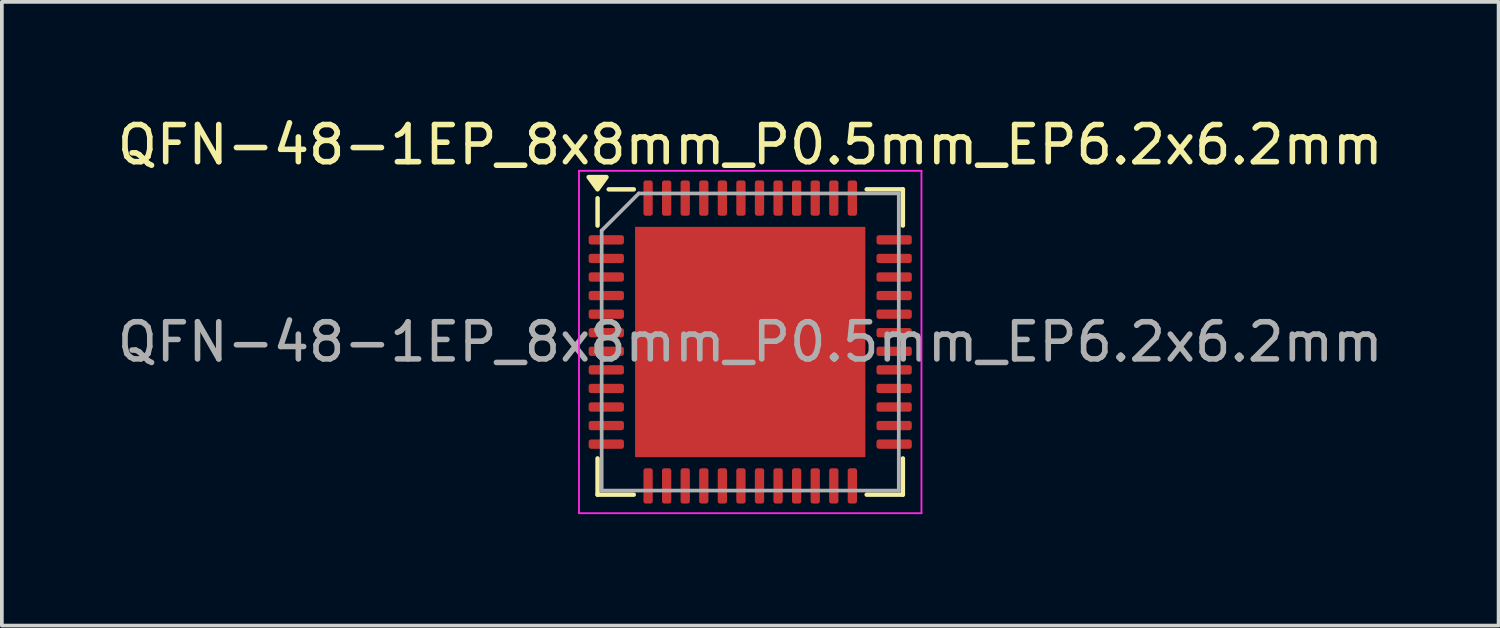
<source format=kicad_pcb>
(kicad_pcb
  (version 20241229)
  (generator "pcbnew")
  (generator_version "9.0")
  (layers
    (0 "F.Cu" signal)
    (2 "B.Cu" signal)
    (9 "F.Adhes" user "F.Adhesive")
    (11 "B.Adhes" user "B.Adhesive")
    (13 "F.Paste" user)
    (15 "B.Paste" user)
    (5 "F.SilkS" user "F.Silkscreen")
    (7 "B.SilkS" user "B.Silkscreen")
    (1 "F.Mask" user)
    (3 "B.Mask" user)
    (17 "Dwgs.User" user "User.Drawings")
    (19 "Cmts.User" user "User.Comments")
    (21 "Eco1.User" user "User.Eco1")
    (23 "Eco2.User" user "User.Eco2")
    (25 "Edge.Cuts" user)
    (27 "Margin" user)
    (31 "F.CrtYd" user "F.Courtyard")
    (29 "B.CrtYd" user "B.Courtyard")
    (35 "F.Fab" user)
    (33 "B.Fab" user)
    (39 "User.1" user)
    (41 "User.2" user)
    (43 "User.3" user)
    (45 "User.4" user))
  (footprint "QFN-48-1EP_8x8mm_P0.5mm_EP6.2x6.2mm"
    (layer "F.Cu")
    (at 17.149 6.158)
    (property "Reference" "QFN-48-1EP_8x8mm_P0.5mm_EP6.2x6.2mm" (at 0 -5.31 0) (layer "F.SilkS") (effects (font (size 1 1) (thickness 0.15))))
    (attr smd)
    (fp_line (start -4.11 -3.135) (end -4.11 -3.87) (stroke (width 0.12) (type solid)) (layer "F.SilkS"))
    (fp_line (start -4.11 4.11) (end -4.11 3.135) (stroke (width 0.12) (type solid)) (layer "F.SilkS"))
    (fp_line (start -3.135 -4.11) (end -3.81 -4.11) (stroke (width 0.12) (type solid)) (layer "F.SilkS"))
    (fp_line (start -3.135 4.11) (end -4.11 4.11) (stroke (width 0.12) (type solid)) (layer "F.SilkS"))
    (fp_line (start 3.135 -4.11) (end 4.11 -4.11) (stroke (width 0.12) (type solid)) (layer "F.SilkS"))
    (fp_line (start 3.135 4.11) (end 4.11 4.11) (stroke (width 0.12) (type solid)) (layer "F.SilkS"))
    (fp_line (start 4.11 -4.11) (end 4.11 -3.135) (stroke (width 0.12) (type solid)) (layer "F.SilkS"))
    (fp_line (start 4.11 4.11) (end 4.11 3.135) (stroke (width 0.12) (type solid)) (layer "F.SilkS"))
    (fp_poly (pts (xy -4.11 -4.11) (xy -4.35 -4.44) (xy -3.87 -4.44) (xy -4.11 -4.11)) (stroke (width 0.12) (type solid)) (fill yes) (layer "F.SilkS"))
    (fp_line (start -4.61 -4.61) (end -4.61 4.61) (stroke (width 0.05) (type solid)) (layer "F.CrtYd"))
    (fp_line (start -4.61 4.61) (end 4.61 4.61) (stroke (width 0.05) (type solid)) (layer "F.CrtYd"))
    (fp_line (start 4.61 -4.61) (end -4.61 -4.61) (stroke (width 0.05) (type solid)) (layer "F.CrtYd"))
    (fp_line (start 4.61 4.61) (end 4.61 -4.61) (stroke (width 0.05) (type solid)) (layer "F.CrtYd"))
    (fp_line (start -4 -3) (end -3 -4) (stroke (width 0.1) (type solid)) (layer "F.Fab"))
    (fp_line (start -4 4) (end -4 -3) (stroke (width 0.1) (type solid)) (layer "F.Fab"))
    (fp_line (start -3 -4) (end 4 -4) (stroke (width 0.1) (type solid)) (layer "F.Fab"))
    (fp_line (start 4 -4) (end 4 4) (stroke (width 0.1) (type solid)) (layer "F.Fab"))
    (fp_line (start 4 4) (end -4 4) (stroke (width 0.1) (type solid)) (layer "F.Fab"))
    (fp_text user "${REFERENCE}" (at 0 0 0) (layer "F.Fab") (effects (font (size 1 1) (thickness 0.15))))
    (pad "" smd roundrect (at -2.48 -2.48) (size 1 1) (layers "F.Paste") (roundrect_rratio 0.25))
    (pad "" smd roundrect (at -2.48 -1.24) (size 1 1) (layers "F.Paste") (roundrect_rratio 0.25))
    (pad "" smd roundrect (at -2.48 0) (size 1 1) (layers "F.Paste") (roundrect_rratio 0.25))
    (pad "" smd roundrect (at -2.48 1.24) (size 1 1) (layers "F.Paste") (roundrect_rratio 0.25))
    (pad "" smd roundrect (at -2.48 2.48) (size 1 1) (layers "F.Paste") (roundrect_rratio 0.25))
    (pad "" smd roundrect (at -1.24 -2.48) (size 1 1) (layers "F.Paste") (roundrect_rratio 0.25))
    (pad "" smd roundrect (at -1.24 -1.24) (size 1 1) (layers "F.Paste") (roundrect_rratio 0.25))
    (pad "" smd roundrect (at -1.24 0) (size 1 1) (layers "F.Paste") (roundrect_rratio 0.25))
    (pad "" smd roundrect (at -1.24 1.24) (size 1 1) (layers "F.Paste") (roundrect_rratio 0.25))
    (pad "" smd roundrect (at -1.24 2.48) (size 1 1) (layers "F.Paste") (roundrect_rratio 0.25))
    (pad "" smd roundrect (at 0 -2.48) (size 1 1) (layers "F.Paste") (roundrect_rratio 0.25))
    (pad "" smd roundrect (at 0 -1.24) (size 1 1) (layers "F.Paste") (roundrect_rratio 0.25))
    (pad "" smd roundrect (at 0 0) (size 1 1) (layers "F.Paste") (roundrect_rratio 0.25))
    (pad "" smd roundrect (at 0 1.24) (size 1 1) (layers "F.Paste") (roundrect_rratio 0.25))
    (pad "" smd roundrect (at 0 2.48) (size 1 1) (layers "F.Paste") (roundrect_rratio 0.25))
    (pad "" smd roundrect (at 1.24 -2.48) (size 1 1) (layers "F.Paste") (roundrect_rratio 0.25))
    (pad "" smd roundrect (at 1.24 -1.24) (size 1 1) (layers "F.Paste") (roundrect_rratio 0.25))
    (pad "" smd roundrect (at 1.24 0) (size 1 1) (layers "F.Paste") (roundrect_rratio 0.25))
    (pad "" smd roundrect (at 1.24 1.24) (size 1 1) (layers "F.Paste") (roundrect_rratio 0.25))
    (pad "" smd roundrect (at 1.24 2.48) (size 1 1) (layers "F.Paste") (roundrect_rratio 0.25))
    (pad "" smd roundrect (at 2.48 -2.48) (size 1 1) (layers "F.Paste") (roundrect_rratio 0.25))
    (pad "" smd roundrect (at 2.48 -1.24) (size 1 1) (layers "F.Paste") (roundrect_rratio 0.25))
    (pad "" smd roundrect (at 2.48 0) (size 1 1) (layers "F.Paste") (roundrect_rratio 0.25))
    (pad "" smd roundrect (at 2.48 1.24) (size 1 1) (layers "F.Paste") (roundrect_rratio 0.25))
    (pad "" smd roundrect (at 2.48 2.48) (size 1 1) (layers "F.Paste") (roundrect_rratio 0.25))
    (pad "1" smd roundrect (at -3.875 -2.75) (size 0.95 0.25) (layers "F.Cu" "F.Mask" "F.Paste") (roundrect_rratio 0.25))
    (pad "2" smd roundrect (at -3.875 -2.25) (size 0.95 0.25) (layers "F.Cu" "F.Mask" "F.Paste") (roundrect_rratio 0.25))
    (pad "3" smd roundrect (at -3.875 -1.75) (size 0.95 0.25) (layers "F.Cu" "F.Mask" "F.Paste") (roundrect_rratio 0.25))
    (pad "4" smd roundrect (at -3.875 -1.25) (size 0.95 0.25) (layers "F.Cu" "F.Mask" "F.Paste") (roundrect_rratio 0.25))
    (pad "5" smd roundrect (at -3.875 -0.75) (size 0.95 0.25) (layers "F.Cu" "F.Mask" "F.Paste") (roundrect_rratio 0.25))
    (pad "6" smd roundrect (at -3.875 -0.25) (size 0.95 0.25) (layers "F.Cu" "F.Mask" "F.Paste") (roundrect_rratio 0.25))
    (pad "7" smd roundrect (at -3.875 0.25) (size 0.95 0.25) (layers "F.Cu" "F.Mask" "F.Paste") (roundrect_rratio 0.25))
    (pad "8" smd roundrect (at -3.875 0.75) (size 0.95 0.25) (layers "F.Cu" "F.Mask" "F.Paste") (roundrect_rratio 0.25))
    (pad "9" smd roundrect (at -3.875 1.25) (size 0.95 0.25) (layers "F.Cu" "F.Mask" "F.Paste") (roundrect_rratio 0.25))
    (pad "10" smd roundrect (at -3.875 1.75) (size 0.95 0.25) (layers "F.Cu" "F.Mask" "F.Paste") (roundrect_rratio 0.25))
    (pad "11" smd roundrect (at -3.875 2.25) (size 0.95 0.25) (layers "F.Cu" "F.Mask" "F.Paste") (roundrect_rratio 0.25))
    (pad "12" smd roundrect (at -3.875 2.75) (size 0.95 0.25) (layers "F.Cu" "F.Mask" "F.Paste") (roundrect_rratio 0.25))
    (pad "13" smd roundrect (at -2.75 3.875) (size 0.25 0.95) (layers "F.Cu" "F.Mask" "F.Paste") (roundrect_rratio 0.25))
    (pad "14" smd roundrect (at -2.25 3.875) (size 0.25 0.95) (layers "F.Cu" "F.Mask" "F.Paste") (roundrect_rratio 0.25))
    (pad "15" smd roundrect (at -1.75 3.875) (size 0.25 0.95) (layers "F.Cu" "F.Mask" "F.Paste") (roundrect_rratio 0.25))
    (pad "16" smd roundrect (at -1.25 3.875) (size 0.25 0.95) (layers "F.Cu" "F.Mask" "F.Paste") (roundrect_rratio 0.25))
    (pad "17" smd roundrect (at -0.75 3.875) (size 0.25 0.95) (layers "F.Cu" "F.Mask" "F.Paste") (roundrect_rratio 0.25))
    (pad "18" smd roundrect (at -0.25 3.875) (size 0.25 0.95) (layers "F.Cu" "F.Mask" "F.Paste") (roundrect_rratio 0.25))
    (pad "19" smd roundrect (at 0.25 3.875) (size 0.25 0.95) (layers "F.Cu" "F.Mask" "F.Paste") (roundrect_rratio 0.25))
    (pad "20" smd roundrect (at 0.75 3.875) (size 0.25 0.95) (layers "F.Cu" "F.Mask" "F.Paste") (roundrect_rratio 0.25))
    (pad "21" smd roundrect (at 1.25 3.875) (size 0.25 0.95) (layers "F.Cu" "F.Mask" "F.Paste") (roundrect_rratio 0.25))
    (pad "22" smd roundrect (at 1.75 3.875) (size 0.25 0.95) (layers "F.Cu" "F.Mask" "F.Paste") (roundrect_rratio 0.25))
    (pad "23" smd roundrect (at 2.25 3.875) (size 0.25 0.95) (layers "F.Cu" "F.Mask" "F.Paste") (roundrect_rratio 0.25))
    (pad "24" smd roundrect (at 2.75 3.875) (size 0.25 0.95) (layers "F.Cu" "F.Mask" "F.Paste") (roundrect_rratio 0.25))
    (pad "25" smd roundrect (at 3.875 2.75) (size 0.95 0.25) (layers "F.Cu" "F.Mask" "F.Paste") (roundrect_rratio 0.25))
    (pad "26" smd roundrect (at 3.875 2.25) (size 0.95 0.25) (layers "F.Cu" "F.Mask" "F.Paste") (roundrect_rratio 0.25))
    (pad "27" smd roundrect (at 3.875 1.75) (size 0.95 0.25) (layers "F.Cu" "F.Mask" "F.Paste") (roundrect_rratio 0.25))
    (pad "28" smd roundrect (at 3.875 1.25) (size 0.95 0.25) (layers "F.Cu" "F.Mask" "F.Paste") (roundrect_rratio 0.25))
    (pad "29" smd roundrect (at 3.875 0.75) (size 0.95 0.25) (layers "F.Cu" "F.Mask" "F.Paste") (roundrect_rratio 0.25))
    (pad "30" smd roundrect (at 3.875 0.25) (size 0.95 0.25) (layers "F.Cu" "F.Mask" "F.Paste") (roundrect_rratio 0.25))
    (pad "31" smd roundrect (at 3.875 -0.25) (size 0.95 0.25) (layers "F.Cu" "F.Mask" "F.Paste") (roundrect_rratio 0.25))
    (pad "32" smd roundrect (at 3.875 -0.75) (size 0.95 0.25) (layers "F.Cu" "F.Mask" "F.Paste") (roundrect_rratio 0.25))
    (pad "33" smd roundrect (at 3.875 -1.25) (size 0.95 0.25) (layers "F.Cu" "F.Mask" "F.Paste") (roundrect_rratio 0.25))
    (pad "34" smd roundrect (at 3.875 -1.75) (size 0.95 0.25) (layers "F.Cu" "F.Mask" "F.Paste") (roundrect_rratio 0.25))
    (pad "35" smd roundrect (at 3.875 -2.25) (size 0.95 0.25) (layers "F.Cu" "F.Mask" "F.Paste") (roundrect_rratio 0.25))
    (pad "36" smd roundrect (at 3.875 -2.75) (size 0.95 0.25) (layers "F.Cu" "F.Mask" "F.Paste") (roundrect_rratio 0.25))
    (pad "37" smd roundrect (at 2.75 -3.875) (size 0.25 0.95) (layers "F.Cu" "F.Mask" "F.Paste") (roundrect_rratio 0.25))
    (pad "38" smd roundrect (at 2.25 -3.875) (size 0.25 0.95) (layers "F.Cu" "F.Mask" "F.Paste") (roundrect_rratio 0.25))
    (pad "39" smd roundrect (at 1.75 -3.875) (size 0.25 0.95) (layers "F.Cu" "F.Mask" "F.Paste") (roundrect_rratio 0.25))
    (pad "40" smd roundrect (at 1.25 -3.875) (size 0.25 0.95) (layers "F.Cu" "F.Mask" "F.Paste") (roundrect_rratio 0.25))
    (pad "41" smd roundrect (at 0.75 -3.875) (size 0.25 0.95) (layers "F.Cu" "F.Mask" "F.Paste") (roundrect_rratio 0.25))
    (pad "42" smd roundrect (at 0.25 -3.875) (size 0.25 0.95) (layers "F.Cu" "F.Mask" "F.Paste") (roundrect_rratio 0.25))
    (pad "43" smd roundrect (at -0.25 -3.875) (size 0.25 0.95) (layers "F.Cu" "F.Mask" "F.Paste") (roundrect_rratio 0.25))
    (pad "44" smd roundrect (at -0.75 -3.875) (size 0.25 0.95) (layers "F.Cu" "F.Mask" "F.Paste") (roundrect_rratio 0.25))
    (pad "45" smd roundrect (at -1.25 -3.875) (size 0.25 0.95) (layers "F.Cu" "F.Mask" "F.Paste") (roundrect_rratio 0.25))
    (pad "46" smd roundrect (at -1.75 -3.875) (size 0.25 0.95) (layers "F.Cu" "F.Mask" "F.Paste") (roundrect_rratio 0.25))
    (pad "47" smd roundrect (at -2.25 -3.875) (size 0.25 0.95) (layers "F.Cu" "F.Mask" "F.Paste") (roundrect_rratio 0.25))
    (pad "48" smd roundrect (at -2.75 -3.875) (size 0.25 0.95) (layers "F.Cu" "F.Mask" "F.Paste") (roundrect_rratio 0.25))
    (pad "49" smd rect (at 0 0) (size 6.2 6.2) (property pad_prop_heatsink) (layers "F.Cu" "F.Mask")))
  (gr_rect
    (start -3 -3)
    (end 37.298 13.793)
    (stroke (width 0.1) (type default))
    (fill no)
    (layer "Edge.Cuts")))
</source>
